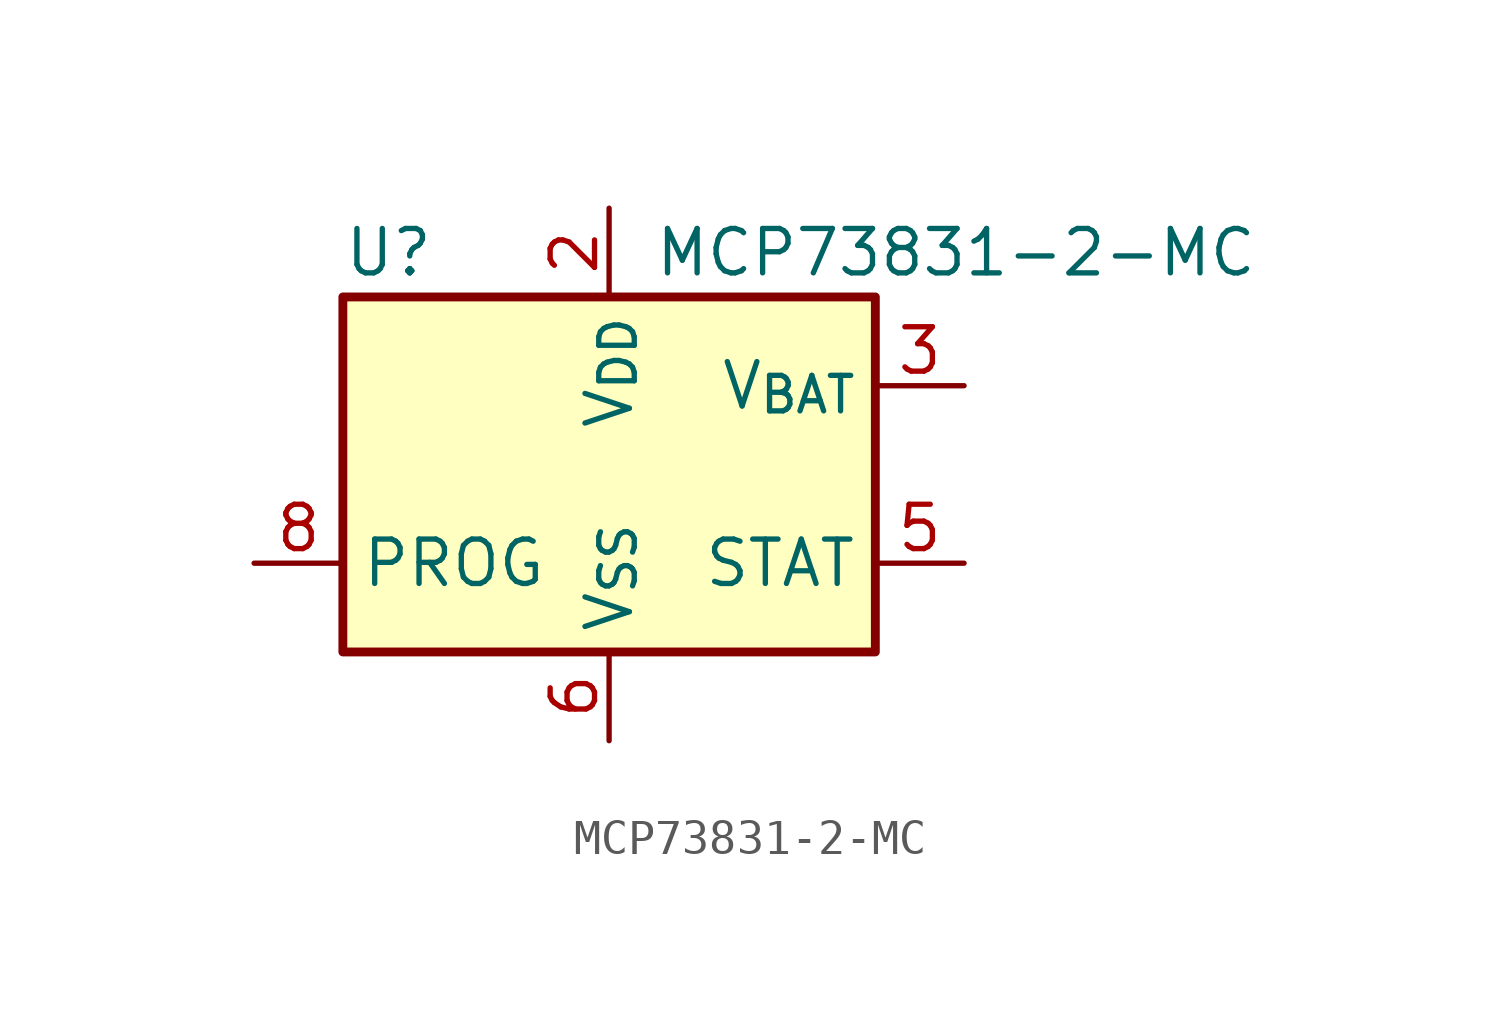
<source format=kicad_sym>
(kicad_symbol_lib
  (version 20220914)
  (generator kicad_symbol_editor)
  (symbol "MCP73831-2-MC"
    (property "Reference" "U"
      (at -7.62 6.35 0)
      (effects (font (size 1.27 1.27)) (justify left)))
    (property "Value" "MCP73831-2-MC"
      (at 1.27 6.35 0)
      (effects (font (size 1.27 1.27)) (justify left)))
    (symbol "MCP73831-2-MC_0_1"
      (rectangle (start -7.62 5.08) (end 7.62 -5.08) (stroke (width 0.254) (type default)) (fill (type background))))
    (symbol "MCP73831-2-MC_1_1"
      (pin passive line (at 0 7.62 270) (length 2.54) hide (name "V_{DD}" (effects (font (size 1.27 1.27)))) (number "1" (effects (font (size 1.27 1.27)))))
      (pin power_in line (at 0 7.62 270) (length 2.54) (name "V_{DD}" (effects (font (size 1.27 1.27)))) (number "2" (effects (font (size 1.27 1.27)))))
      (pin power_out line (at 10.16 2.54 180) (length 2.54) (name "V_{BAT}" (effects (font (size 1.27 1.27)))) (number "3" (effects (font (size 1.27 1.27)))))
      (pin passive line (at 10.16 2.54 180) (length 2.54) hide (name "V_{BAT}" (effects (font (size 1.27 1.27)))) (number "4" (effects (font (size 1.27 1.27)))))
      (pin tri_state line (at 10.16 -2.54 180) (length 2.54) (name "STAT" (effects (font (size 1.27 1.27)))) (number "5" (effects (font (size 1.27 1.27)))))
      (pin power_in line (at 0 -7.62 90) (length 2.54) (name "V_{SS}" (effects (font (size 1.27 1.27)))) (number "6" (effects (font (size 1.27 1.27)))))
      (pin no_connect line (at -7.62 2.54 0) (length 2.54) hide (name "NC" (effects (font (size 1.27 1.27)))) (number "7" (effects (font (size 1.27 1.27)))))
      (pin input line (at -10.16 -2.54 0) (length 2.54) (name "PROG" (effects (font (size 1.27 1.27)))) (number "8" (effects (font (size 1.27 1.27))))))))
</source>
